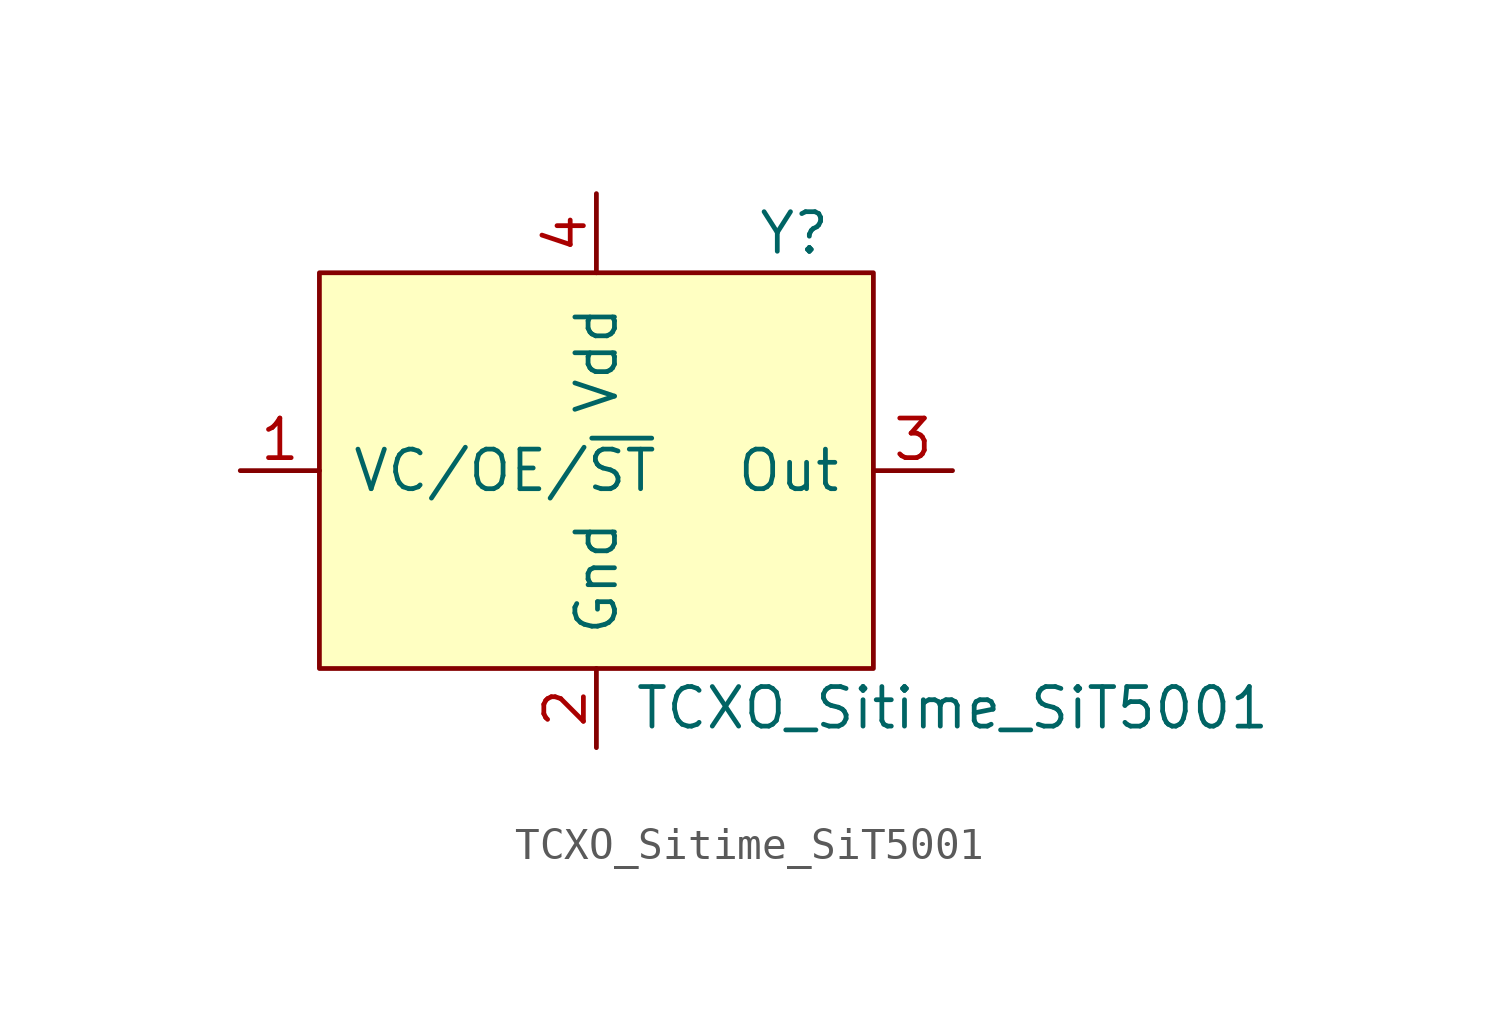
<source format=kicad_sym>
(kicad_symbol_lib
  (version 20201005)
  (generator kicad_symbol_editor)
  (symbol "TCXO_Sitime_SiT5001"
    (pin_names
      (offset 1.016))
    (property "Reference" "Y"
      (at 6.35 7.62 0)
      (effects (font (size 1.27 1.27))))
    (property "Value" "TCXO_Sitime_SiT5001"
      (at 11.43 -7.62 0)
      (effects (font (size 1.27 1.27))))
    (symbol "TCXO_Sitime_SiT5001_0_1"
      (rectangle (start -8.89 6.35) (end 8.89 -6.35) (stroke (width 0)) (fill (type background))))
    (symbol "TCXO_Sitime_SiT5001_1_1"
      (pin passive line (at -11.43 0 0) (length 2.54) (name "VC/OE/~ST" (effects (font (size 1.27 1.27)))) (number "1" (effects (font (size 1.27 1.27)))))
      (pin power_in line (at 0 -8.89 90) (length 2.54) (name "Gnd" (effects (font (size 1.27 1.27)))) (number "2" (effects (font (size 1.27 1.27)))))
      (pin output line (at 11.43 0 180) (length 2.54) (name "Out" (effects (font (size 1.27 1.27)))) (number "3" (effects (font (size 1.27 1.27)))))
      (pin power_in line (at 0 8.89 270) (length 2.54) (name "Vdd" (effects (font (size 1.27 1.27)))) (number "4" (effects (font (size 1.27 1.27))))))))
</source>
